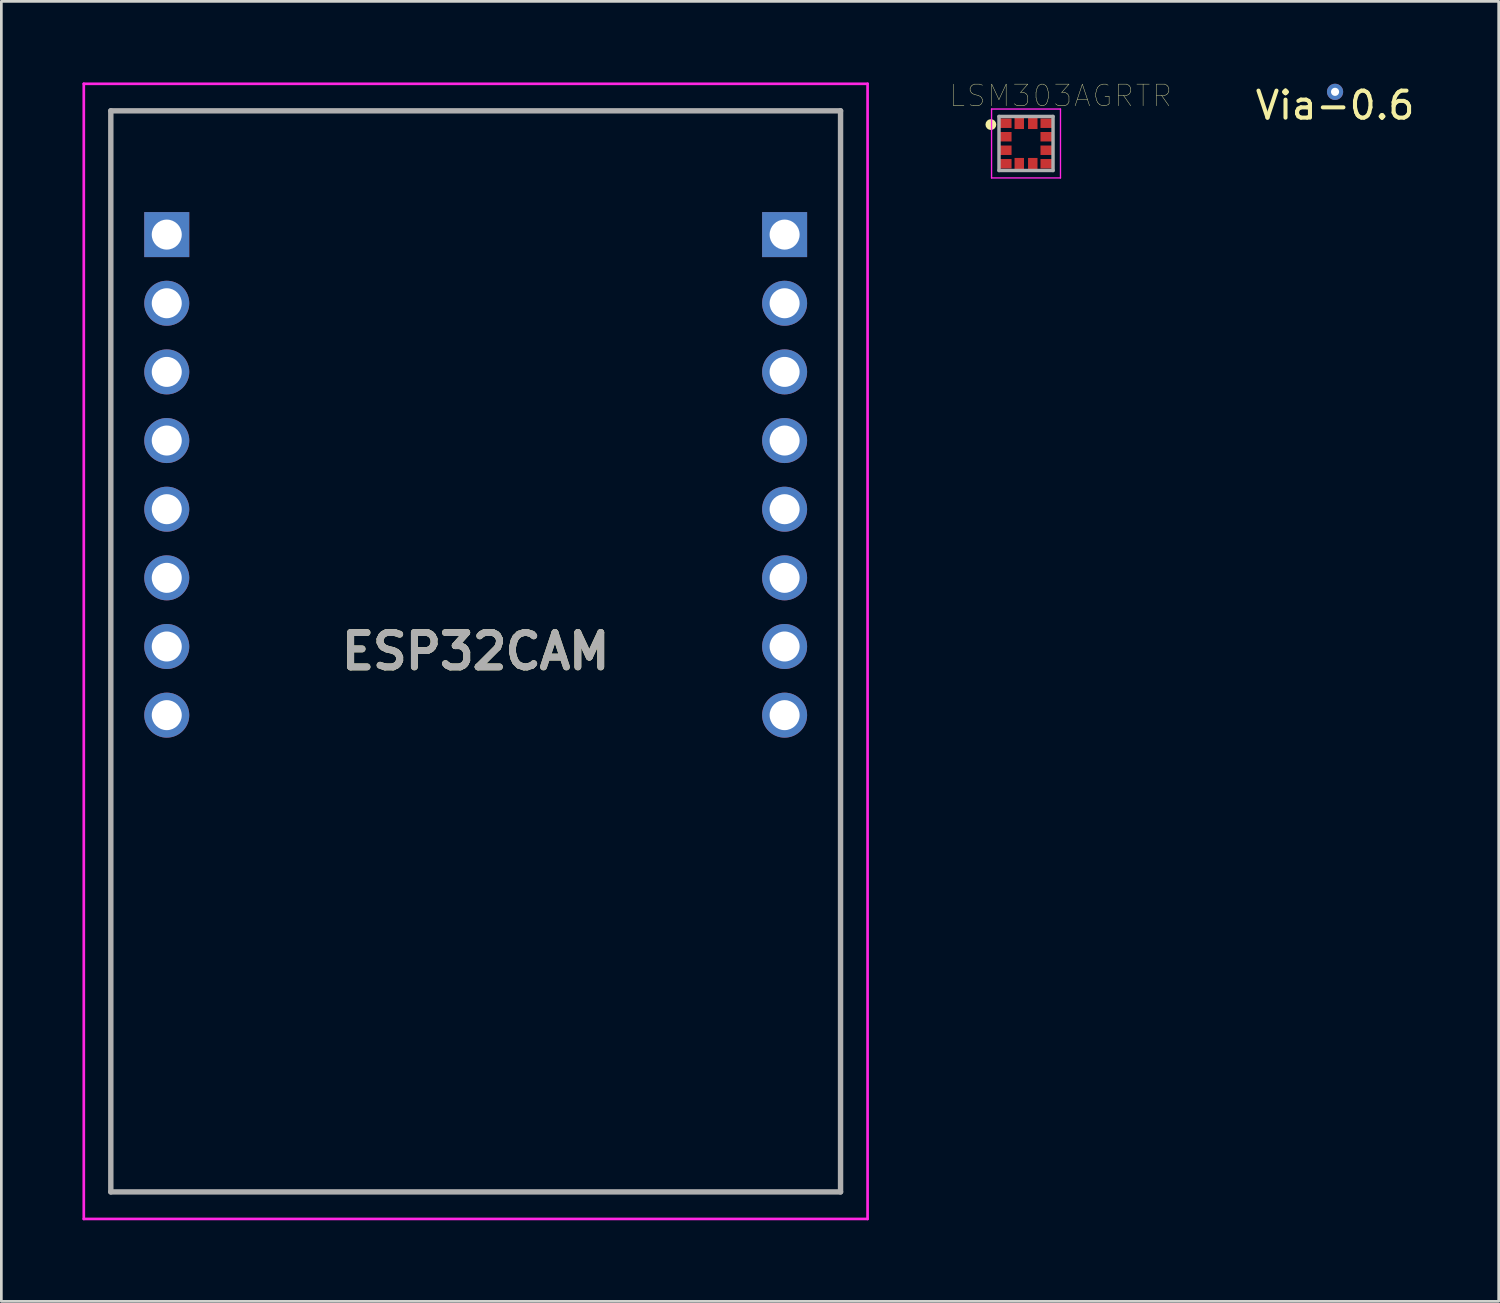
<source format=kicad_pcb>
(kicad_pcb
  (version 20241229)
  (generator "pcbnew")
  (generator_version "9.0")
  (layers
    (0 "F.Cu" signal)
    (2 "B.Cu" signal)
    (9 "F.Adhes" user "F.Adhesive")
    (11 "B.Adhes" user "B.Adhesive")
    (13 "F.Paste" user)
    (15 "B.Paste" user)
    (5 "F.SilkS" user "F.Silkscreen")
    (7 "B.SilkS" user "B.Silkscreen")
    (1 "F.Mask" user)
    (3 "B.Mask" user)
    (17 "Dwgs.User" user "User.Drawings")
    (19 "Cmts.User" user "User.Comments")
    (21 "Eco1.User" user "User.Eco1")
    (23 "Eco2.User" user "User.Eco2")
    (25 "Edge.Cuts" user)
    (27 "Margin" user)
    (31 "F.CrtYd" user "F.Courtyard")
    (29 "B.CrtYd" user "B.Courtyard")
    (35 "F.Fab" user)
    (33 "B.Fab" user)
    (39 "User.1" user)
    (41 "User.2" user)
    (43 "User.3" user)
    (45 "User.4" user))
  (footprint "ESP32CAM"
    (layer "F.Cu")
    (at 3.12 23.41)
    (property "Reference" "ESP32CAM" (at 11.43 -2.36 0) (layer "F.SilkS") (effects (font (size 1.27 1.27) (thickness 0.254))))
    (attr through_hole)
    (fp_line (start -2.07 -22.36) (end -2.07 17.64) (stroke (width 0.1) (type solid)) (layer "F.SilkS"))
    (fp_line (start -2.07 17.64) (end 24.93 17.64) (stroke (width 0.1) (type solid)) (layer "F.SilkS"))
    (fp_line (start 24.93 -22.36) (end -2.07 -22.36) (stroke (width 0.1) (type solid)) (layer "F.SilkS"))
    (fp_line (start 24.93 17.64) (end 24.93 -22.36) (stroke (width 0.1) (type solid)) (layer "F.SilkS"))
    (fp_line (start -3.07 -23.36) (end -3.07 18.64) (stroke (width 0.1) (type solid)) (layer "F.CrtYd"))
    (fp_line (start -3.07 18.64) (end 25.93 18.64) (stroke (width 0.1) (type solid)) (layer "F.CrtYd"))
    (fp_line (start 25.93 -23.36) (end -3.07 -23.36) (stroke (width 0.1) (type solid)) (layer "F.CrtYd"))
    (fp_line (start 25.93 18.64) (end 25.93 -23.36) (stroke (width 0.1) (type solid)) (layer "F.CrtYd"))
    (fp_line (start -2.07 -22.36) (end -2.07 17.64) (stroke (width 0.2) (type solid)) (layer "F.Fab"))
    (fp_line (start -2.07 17.64) (end 24.93 17.64) (stroke (width 0.2) (type solid)) (layer "F.Fab"))
    (fp_line (start 24.93 -22.36) (end -2.07 -22.36) (stroke (width 0.2) (type solid)) (layer "F.Fab"))
    (fp_line (start 24.93 17.64) (end 24.93 -22.36) (stroke (width 0.2) (type solid)) (layer "F.Fab"))
    (fp_text user "${REFERENCE}" (at 11.43 -2.36 0) (layer "F.Fab") (effects (font (size 1.27 1.27) (thickness 0.254))))
    (pad "1" thru_hole circle (at 0 0) (size 1.665 1.665) (drill 1.11) (layers "*.Cu" "*.Mask"))
    (pad "2" thru_hole circle (at 0 -2.54) (size 1.665 1.665) (drill 1.11) (layers "*.Cu" "*.Mask"))
    (pad "3" thru_hole circle (at 0 -5.08) (size 1.665 1.665) (drill 1.11) (layers "*.Cu" "*.Mask"))
    (pad "4" thru_hole circle (at 0 -7.62) (size 1.665 1.665) (drill 1.11) (layers "*.Cu" "*.Mask"))
    (pad "5" thru_hole circle (at 0 -10.16) (size 1.665 1.665) (drill 1.11) (layers "*.Cu" "*.Mask"))
    (pad "6" thru_hole circle (at 0 -12.7) (size 1.665 1.665) (drill 1.11) (layers "*.Cu" "*.Mask"))
    (pad "7" thru_hole circle (at 0 -15.24) (size 1.665 1.665) (drill 1.11) (layers "*.Cu" "*.Mask"))
    (pad "8" thru_hole rect (at 0 -17.78) (size 1.665 1.665) (drill 1.11) (layers "*.Cu" "*.Mask"))
    (pad "9" thru_hole rect (at 22.86 -17.78) (size 1.665 1.665) (drill 1.11) (layers "*.Cu" "*.Mask"))
    (pad "10" thru_hole circle (at 22.86 -15.24) (size 1.665 1.665) (drill 1.11) (layers "*.Cu" "*.Mask"))
    (pad "11" thru_hole circle (at 22.86 -12.7) (size 1.665 1.665) (drill 1.11) (layers "*.Cu" "*.Mask"))
    (pad "12" thru_hole circle (at 22.86 -10.16) (size 1.665 1.665) (drill 1.11) (layers "*.Cu" "*.Mask"))
    (pad "13" thru_hole circle (at 22.86 -7.62) (size 1.665 1.665) (drill 1.11) (layers "*.Cu" "*.Mask"))
    (pad "14" thru_hole circle (at 22.86 -5.08) (size 1.665 1.665) (drill 1.11) (layers "*.Cu" "*.Mask"))
    (pad "15" thru_hole circle (at 22.86 -2.54) (size 1.665 1.665) (drill 1.11) (layers "*.Cu" "*.Mask"))
    (pad "16" thru_hole circle (at 22.86 0) (size 1.665 1.665) (drill 1.11) (layers "*.Cu" "*.Mask")))
  (footprint "Via-0.6"
    (layer "F.Cu")
    (at 46.346 0.348)
    (property "Reference" "Via-0.6" (at 0 0.5 0) (layer "F.SilkS") (effects (font (size 1 1) (thickness 0.15))))
    (attr through_hole)
    (pad "1" thru_hole circle (at 0 0) (size 0.6 0.6) (drill 0.3) (layers "*.Cu")))
  (footprint "LSM303AGRTR"
    (layer "F.Cu")
    (at 34.912 2.259)
    (property "Reference" "LSM303AGRTR" (at 1.284 -1.765 0) (layer "F.SilkS") (effects (font (size 0.8 0.8) (thickness 0.015))))
    (attr through_hole)
    (fp_poly (pts (xy -1.026 -0.46) (xy -0.5 -0.46) (xy -0.5 -0.04) (xy -1.026 -0.04)) (stroke (width 0.01) (type solid)) (fill yes) (layer "F.Mask"))
    (fp_poly (pts (xy -1.024 0.04) (xy -0.5 0.04) (xy -0.5 0.462) (xy -1.024 0.462)) (stroke (width 0.01) (type solid)) (fill yes) (layer "F.Mask"))
    (fp_poly (pts (xy -1.024 -0.96) (xy -0.5 -0.96) (xy -0.5 -0.542) (xy -1.024 -0.542)) (stroke (width 0.01) (type solid)) (fill yes) (layer "F.Mask"))
    (fp_poly (pts (xy -1.024 0.54) (xy -0.5 0.54) (xy -0.5 0.963) (xy -1.024 0.963)) (stroke (width 0.01) (type solid)) (fill yes) (layer "F.Mask"))
    (fp_poly (pts (xy -0.462 0.5) (xy -0.04 0.5) (xy -0.04 1.024) (xy -0.462 1.024)) (stroke (width 0.01) (type solid)) (fill yes) (layer "F.Mask"))
    (fp_poly (pts (xy -0.462 -1.02) (xy -0.04 -1.02) (xy -0.04 -0.502) (xy -0.462 -0.502)) (stroke (width 0.01) (type solid)) (fill yes) (layer "F.Mask"))
    (fp_poly (pts (xy 0.04 -1.02) (xy 0.46 -1.02) (xy 0.46 -0.501) (xy 0.04 -0.501)) (stroke (width 0.01) (type solid)) (fill yes) (layer "F.Mask"))
    (fp_poly (pts (xy 0.04 0.5) (xy 0.46 0.5) (xy 0.46 1.026) (xy 0.04 1.026)) (stroke (width 0.01) (type solid)) (fill yes) (layer "F.Mask"))
    (fp_poly (pts (xy 0.506 0.04) (xy 1.025 0.04) (xy 1.025 0.461) (xy 0.506 0.461)) (stroke (width 0.01) (type solid)) (fill yes) (layer "F.Mask"))
    (fp_poly (pts (xy 0.506 -0.46) (xy 1.025 -0.46) (xy 1.025 -0.04) (xy 0.506 -0.04)) (stroke (width 0.01) (type solid)) (fill yes) (layer "F.Mask"))
    (fp_poly (pts (xy 0.508 -0.96) (xy 1.025 -0.96) (xy 1.025 -0.543) (xy 0.508 -0.543)) (stroke (width 0.01) (type solid)) (fill yes) (layer "F.Mask"))
    (fp_poly (pts (xy 0.508 0.54) (xy 1.025 0.54) (xy 1.025 0.966) (xy 0.508 0.966)) (stroke (width 0.01) (type solid)) (fill yes) (layer "F.Mask"))
    (fp_circle (center -1.3 -0.7) (end -1.2 -0.7) (stroke (width 0.2) (type solid)) (fill no) (layer "F.SilkS"))
    (fp_line (start -1.275 -1.275) (end 1.275 -1.275) (stroke (width 0.05) (type solid)) (layer "F.CrtYd"))
    (fp_line (start -1.275 1.275) (end -1.275 -1.275) (stroke (width 0.05) (type solid)) (layer "F.CrtYd"))
    (fp_line (start 1.275 -1.275) (end 1.275 1.275) (stroke (width 0.05) (type solid)) (layer "F.CrtYd"))
    (fp_line (start 1.275 1.275) (end -1.275 1.275) (stroke (width 0.05) (type solid)) (layer "F.CrtYd"))
    (fp_line (start -1 -1) (end 1 -1) (stroke (width 0.127) (type solid)) (layer "F.Fab"))
    (fp_line (start -1 1) (end -1 -1) (stroke (width 0.127) (type solid)) (layer "F.Fab"))
    (fp_line (start 1 1) (end -1 1) (stroke (width 0.127) (type solid)) (layer "F.Fab"))
    (fp_line (start 1 1) (end 1 -1) (stroke (width 0.127) (type solid)) (layer "F.Fab"))
    (pad "1" smd rect (at -0.76 -0.75) (size 0.45 0.35) (layers "F.Cu" "F.Paste"))
    (pad "2" smd rect (at -0.76 -0.25) (size 0.45 0.35) (layers "F.Cu" "F.Paste"))
    (pad "3" smd rect (at -0.76 0.25) (size 0.45 0.35) (layers "F.Cu" "F.Paste"))
    (pad "4" smd rect (at -0.76 0.75) (size 0.45 0.35) (layers "F.Cu" "F.Paste"))
    (pad "5" smd rect (at -0.25 0.76) (size 0.35 0.45) (layers "F.Cu" "F.Paste"))
    (pad "6" smd rect (at 0.25 0.76) (size 0.35 0.45) (layers "F.Cu" "F.Paste"))
    (pad "7" smd rect (at 0.76 0.75) (size 0.45 0.35) (layers "F.Cu" "F.Paste"))
    (pad "8" smd rect (at 0.76 0.25) (size 0.45 0.35) (layers "F.Cu" "F.Paste"))
    (pad "9" smd rect (at 0.76 -0.25) (size 0.45 0.35) (layers "F.Cu" "F.Paste"))
    (pad "10" smd rect (at 0.76 -0.75) (size 0.45 0.35) (layers "F.Cu" "F.Paste"))
    (pad "11" smd rect (at 0.25 -0.76) (size 0.35 0.45) (layers "F.Cu" "F.Paste"))
    (pad "12" smd rect (at -0.25 -0.76) (size 0.35 0.45) (layers "F.Cu" "F.Paste")))
  (gr_rect
    (start -3 -3)
    (end 52.4 45.1)
    (stroke (width 0.1) (type default))
    (fill no)
    (layer "Edge.Cuts")))
</source>
